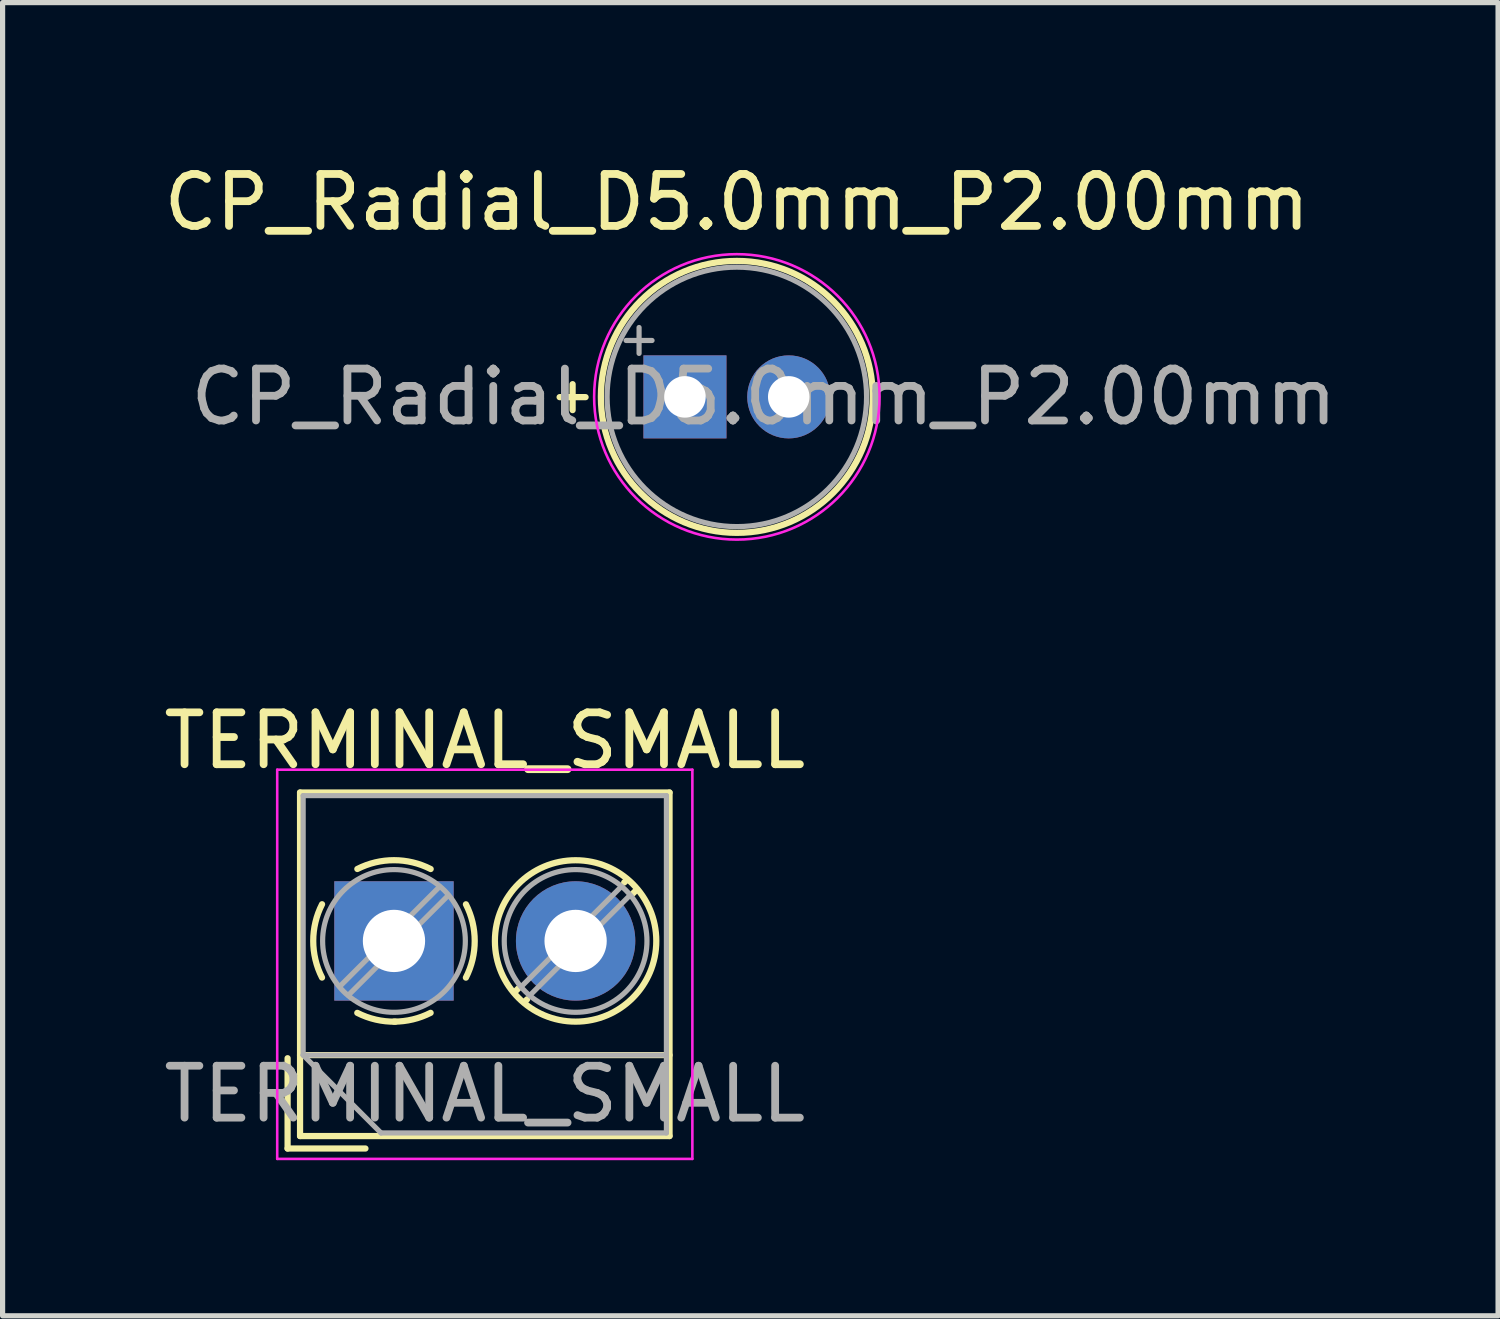
<source format=kicad_pcb>
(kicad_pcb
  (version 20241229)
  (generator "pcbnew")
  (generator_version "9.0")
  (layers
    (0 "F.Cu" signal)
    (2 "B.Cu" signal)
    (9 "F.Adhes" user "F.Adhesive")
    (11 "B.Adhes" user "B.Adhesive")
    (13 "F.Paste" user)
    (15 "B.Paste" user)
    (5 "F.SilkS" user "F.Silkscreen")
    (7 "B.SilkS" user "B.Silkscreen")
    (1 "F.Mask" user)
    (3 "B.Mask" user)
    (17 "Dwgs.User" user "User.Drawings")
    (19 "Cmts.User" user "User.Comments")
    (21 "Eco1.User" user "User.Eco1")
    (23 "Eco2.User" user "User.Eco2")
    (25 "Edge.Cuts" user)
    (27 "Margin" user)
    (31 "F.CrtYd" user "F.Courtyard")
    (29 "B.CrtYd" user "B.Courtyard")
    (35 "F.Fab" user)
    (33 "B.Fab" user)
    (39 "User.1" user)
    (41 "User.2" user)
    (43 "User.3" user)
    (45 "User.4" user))
  (footprint "CP_Radial_D5.0mm_P2.00mm"
    (layer "F.Cu")
    (at 10.149 4.598)
    (property "Reference" "CP_Radial_D5.0mm_P2.00mm" (at 1 -3.75 0) (layer "F.SilkS") (effects (font (size 1 1) (thickness 0.15))))
    (attr through_hole)
    (fp_line (start -2.415 0.005) (end -1.915 0.005) (stroke (width 0.12) (type solid)) (layer "F.SilkS"))
    (fp_line (start -2.165 -0.245) (end -2.165 0.255) (stroke (width 0.12) (type solid)) (layer "F.SilkS"))
    (fp_circle (center 1 0) (end 3.62 0) (stroke (width 0.12) (type solid)) (fill no) (layer "F.SilkS"))
    (fp_circle (center 1 0) (end 3.75 0) (stroke (width 0.05) (type solid)) (fill no) (layer "F.CrtYd"))
    (fp_line (start -1.134 -1.087) (end -0.634 -1.087) (stroke (width 0.1) (type solid)) (layer "F.Fab"))
    (fp_line (start -0.884 -1.337) (end -0.884 -0.838) (stroke (width 0.1) (type solid)) (layer "F.Fab"))
    (fp_circle (center 1 0) (end 3.5 0) (stroke (width 0.1) (type solid)) (fill no) (layer "F.Fab"))
    (fp_text user "${REFERENCE}" (at 1.52 0 0) (layer "F.Fab") (effects (font (size 1 1) (thickness 0.15))))
    (pad "1" thru_hole rect (at 0 0) (size 1.6 1.6) (drill 0.8) (layers "*.Cu" "*.Mask"))
    (pad "2" thru_hole circle (at 2 0) (size 1.6 1.6) (drill 0.8) (layers "*.Cu" "*.Mask")))
  (footprint "TERMINAL_SMALL"
    (layer "F.Cu")
    (at 4.542 15.082)
    (property "Reference" "TERMINAL_SMALL" (at 1.75 -3.86 0) (layer "F.SilkS") (effects (font (size 1 1) (thickness 0.15))))
    (attr through_hole)
    (fp_line (start -2.05 2.26) (end -2.05 4) (stroke (width 0.12) (type solid)) (layer "F.SilkS"))
    (fp_line (start -2.05 4) (end -0.55 4) (stroke (width 0.12) (type solid)) (layer "F.SilkS"))
    (fp_line (start -1.81 -2.86) (end -1.81 3.76) (stroke (width 0.12) (type solid)) (layer "F.SilkS"))
    (fp_line (start -1.81 -2.86) (end 5.31 -2.86) (stroke (width 0.12) (type solid)) (layer "F.SilkS"))
    (fp_line (start -1.81 2.2) (end 5.31 2.2) (stroke (width 0.12) (type solid)) (layer "F.SilkS"))
    (fp_line (start -1.81 3.76) (end 5.31 3.76) (stroke (width 0.12) (type solid)) (layer "F.SilkS"))
    (fp_line (start 2.397 0.914) (end 2.321 0.99) (stroke (width 0.12) (type solid)) (layer "F.SilkS"))
    (fp_line (start 2.565 1.125) (end 2.511 1.18) (stroke (width 0.12) (type solid)) (layer "F.SilkS"))
    (fp_line (start 4.49 -1.18) (end 4.436 -1.126) (stroke (width 0.12) (type solid)) (layer "F.SilkS"))
    (fp_line (start 4.68 -0.99) (end 4.604 -0.914) (stroke (width 0.12) (type solid)) (layer "F.SilkS"))
    (fp_line (start 5.31 -2.86) (end 5.31 3.76) (stroke (width 0.12) (type solid)) (layer "F.SilkS"))
    (fp_arc (start -1.386645 0.705733) (mid -1.555906 -0.000711) (end -1.386 -0.707) (stroke (width 0.12) (type solid)) (layer "F.SilkS"))
    (fp_arc (start -0.705733 -1.386645) (mid 0.000711 -1.555906) (end 0.707 -1.386) (stroke (width 0.12) (type solid)) (layer "F.SilkS"))
    (fp_arc (start 0.026444 1.555682) (mid -0.350695 1.515869) (end -0.707 1.386) (stroke (width 0.12) (type solid)) (layer "F.SilkS"))
    (fp_arc (start 0.705955 1.385515) (mid 0.363007 1.512035) (end 0 1.555) (stroke (width 0.12) (type solid)) (layer "F.SilkS"))
    (fp_arc (start 1.386645 -0.705733) (mid 1.555906 0.000711) (end 1.386 0.707) (stroke (width 0.12) (type solid)) (layer "F.SilkS"))
    (fp_circle (center 3.5 0) (end 5.055 0) (stroke (width 0.12) (type solid)) (fill no) (layer "F.SilkS"))
    (fp_line (start -2.25 -3.3) (end -2.25 4.2) (stroke (width 0.05) (type solid)) (layer "F.CrtYd"))
    (fp_line (start -2.25 4.2) (end 5.75 4.2) (stroke (width 0.05) (type solid)) (layer "F.CrtYd"))
    (fp_line (start 5.75 -3.3) (end -2.25 -3.3) (stroke (width 0.05) (type solid)) (layer "F.CrtYd"))
    (fp_line (start 5.75 4.2) (end 5.75 -3.3) (stroke (width 0.05) (type solid)) (layer "F.CrtYd"))
    (fp_line (start -1.75 -2.8) (end 5.25 -2.8) (stroke (width 0.1) (type solid)) (layer "F.Fab"))
    (fp_line (start -1.75 2.2) (end -1.75 -2.8) (stroke (width 0.1) (type solid)) (layer "F.Fab"))
    (fp_line (start -1.75 2.2) (end 5.25 2.2) (stroke (width 0.1) (type solid)) (layer "F.Fab"))
    (fp_line (start -0.25 3.7) (end -1.75 2.2) (stroke (width 0.1) (type solid)) (layer "F.Fab"))
    (fp_line (start 0.876 -1.043) (end -1.043 0.875) (stroke (width 0.1) (type solid)) (layer "F.Fab"))
    (fp_line (start 1.043 -0.875) (end -0.876 1.043) (stroke (width 0.1) (type solid)) (layer "F.Fab"))
    (fp_line (start 4.376 -1.043) (end 2.458 0.875) (stroke (width 0.1) (type solid)) (layer "F.Fab"))
    (fp_line (start 4.543 -0.875) (end 2.625 1.043) (stroke (width 0.1) (type solid)) (layer "F.Fab"))
    (fp_line (start 5.25 -2.8) (end 5.25 3.7) (stroke (width 0.1) (type solid)) (layer "F.Fab"))
    (fp_line (start 5.25 3.7) (end -0.25 3.7) (stroke (width 0.1) (type solid)) (layer "F.Fab"))
    (fp_circle (center 0 0) (end 1.375 0) (stroke (width 0.1) (type solid)) (fill no) (layer "F.Fab"))
    (fp_circle (center 3.5 0) (end 4.875 0) (stroke (width 0.1) (type solid)) (fill no) (layer "F.Fab"))
    (fp_text user "${REFERENCE}" (at 1.75 2.95 0) (layer "F.Fab") (effects (font (size 1 1) (thickness 0.15))))
    (pad "1" thru_hole rect (at 0 0) (size 2.3 2.3) (drill 1.2) (layers "*.Cu" "*.Mask"))
    (pad "2" thru_hole circle (at 3.5 0) (size 2.3 2.3) (drill 1.2) (layers "*.Cu" "*.Mask")))
  (gr_rect
    (start -3 -3)
    (end 25.818 22.306)
    (stroke (width 0.1) (type default))
    (fill no)
    (layer "Edge.Cuts")))
</source>
